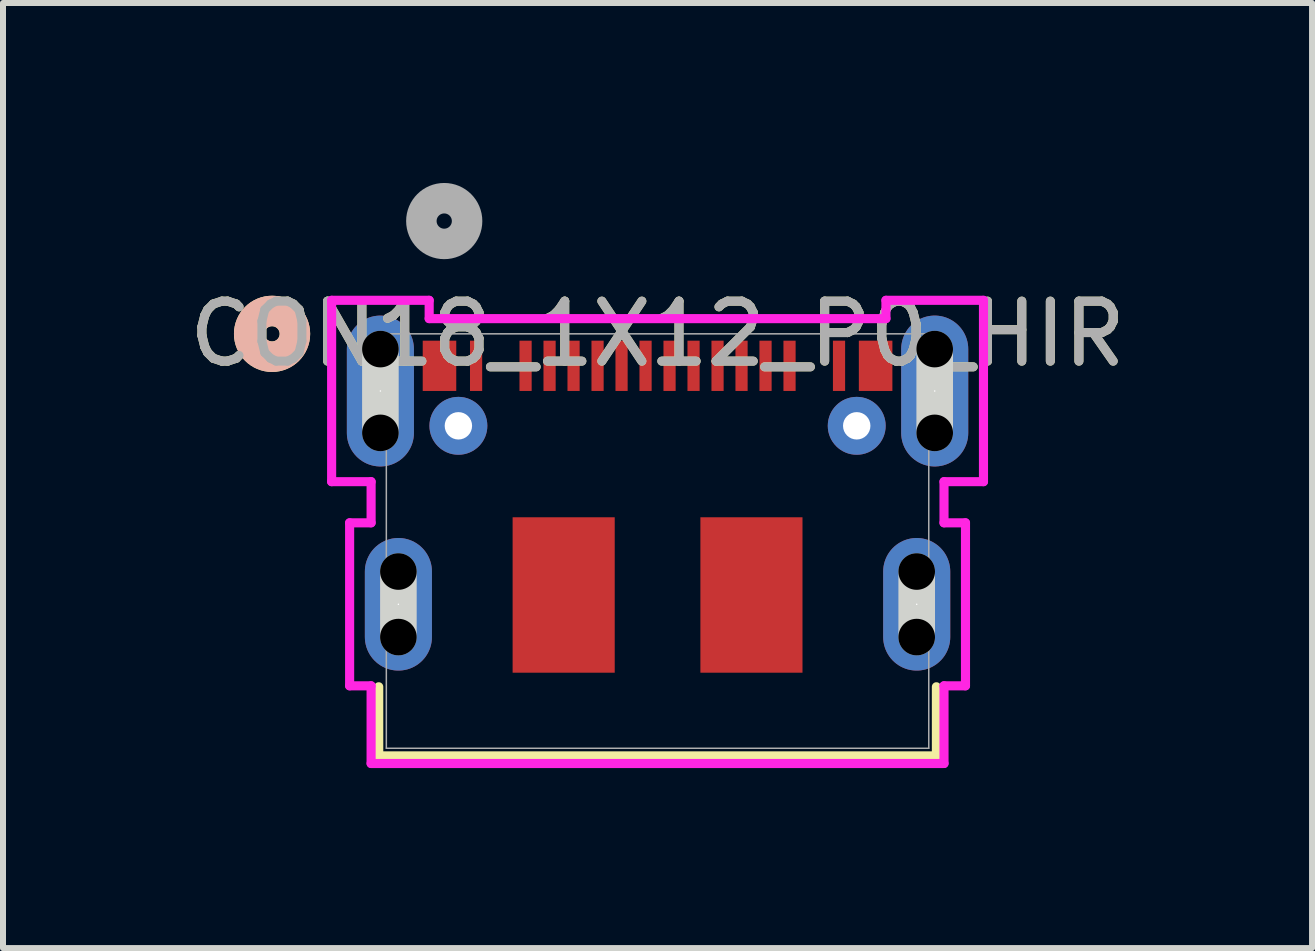
<source format=kicad_pcb>
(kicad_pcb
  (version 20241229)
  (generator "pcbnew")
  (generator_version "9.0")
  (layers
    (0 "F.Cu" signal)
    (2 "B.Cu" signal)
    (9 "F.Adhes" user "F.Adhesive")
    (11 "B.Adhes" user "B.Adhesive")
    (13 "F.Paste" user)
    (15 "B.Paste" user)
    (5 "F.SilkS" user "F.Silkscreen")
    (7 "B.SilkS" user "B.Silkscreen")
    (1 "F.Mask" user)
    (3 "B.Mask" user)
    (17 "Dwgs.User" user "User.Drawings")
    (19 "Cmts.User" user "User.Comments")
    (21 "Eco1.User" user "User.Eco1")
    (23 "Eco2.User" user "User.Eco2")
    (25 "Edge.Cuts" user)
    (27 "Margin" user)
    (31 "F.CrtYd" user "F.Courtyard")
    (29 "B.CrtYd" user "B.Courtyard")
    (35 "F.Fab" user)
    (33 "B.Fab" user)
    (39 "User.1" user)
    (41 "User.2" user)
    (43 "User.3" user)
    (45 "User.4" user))
  (footprint "CON18_1X12_P0_HIR"
    (layer "F.Cu")
    (at 7.911 5.969)
    (property "Reference" "CON18_1X12_P0_HIR" (at 0 -3.454 0) (unlocked yes) (layer "F.SilkS") (effects (font (size 1 1) (thickness 0.15))))
    (attr smd)
    (fp_line (start -4.648 2.429) (end -4.648 3.581) (stroke (width 0.152) (type solid)) (layer "F.SilkS"))
    (fp_line (start -4.648 3.581) (end 4.648 3.581) (stroke (width 0.152) (type solid)) (layer "F.SilkS"))
    (fp_line (start 4.648 3.581) (end 4.648 2.429) (stroke (width 0.152) (type solid)) (layer "F.SilkS"))
    (fp_circle (center -6.426 -3.454) (end -6.045 -3.454) (stroke (width 0.508) (type solid)) (fill no) (layer "F.SilkS"))
    (fp_circle (center -6.426 -3.454) (end -6.045 -3.454) (stroke (width 0.508) (type solid)) (fill no) (layer "B.SilkS"))
    (fp_line (start -4.62 -1.803) (end -4.62 -3.2) (stroke (width 0.61) (type solid)) (layer "Edge.Cuts"))
    (fp_line (start -4.32 1.601) (end -4.32 0.508) (stroke (width 0.61) (type solid)) (layer "Edge.Cuts"))
    (fp_line (start 4.32 1.601) (end 4.32 0.508) (stroke (width 0.61) (type solid)) (layer "Edge.Cuts"))
    (fp_line (start 4.62 -1.803) (end 4.62 -3.2) (stroke (width 0.61) (type solid)) (layer "Edge.Cuts"))
    (fp_line (start -5.433 -4.013) (end -5.433 -0.99) (stroke (width 0.152) (type solid)) (layer "F.CrtYd"))
    (fp_line (start -5.433 -0.99) (end -4.775 -0.99) (stroke (width 0.152) (type solid)) (layer "F.CrtYd"))
    (fp_line (start -5.133 -0.304) (end -5.133 2.413) (stroke (width 0.152) (type solid)) (layer "F.CrtYd"))
    (fp_line (start -5.133 2.413) (end -4.775 2.413) (stroke (width 0.152) (type solid)) (layer "F.CrtYd"))
    (fp_line (start -4.775 -0.99) (end -4.775 -0.304) (stroke (width 0.152) (type solid)) (layer "F.CrtYd"))
    (fp_line (start -4.775 -0.304) (end -5.133 -0.304) (stroke (width 0.152) (type solid)) (layer "F.CrtYd"))
    (fp_line (start -4.775 2.413) (end -4.775 3.708) (stroke (width 0.152) (type solid)) (layer "F.CrtYd"))
    (fp_line (start -4.775 3.708) (end 4.775 3.708) (stroke (width 0.152) (type solid)) (layer "F.CrtYd"))
    (fp_line (start -3.807 -4.013) (end -5.433 -4.013) (stroke (width 0.152) (type solid)) (layer "F.CrtYd"))
    (fp_line (start -3.807 -3.708) (end -3.807 -4.013) (stroke (width 0.152) (type solid)) (layer "F.CrtYd"))
    (fp_line (start 3.807 -4.013) (end 3.807 -3.708) (stroke (width 0.152) (type solid)) (layer "F.CrtYd"))
    (fp_line (start 3.807 -3.708) (end -3.807 -3.708) (stroke (width 0.152) (type solid)) (layer "F.CrtYd"))
    (fp_line (start 4.775 -0.99) (end 5.433 -0.99) (stroke (width 0.152) (type solid)) (layer "F.CrtYd"))
    (fp_line (start 4.775 -0.304) (end 4.775 -0.99) (stroke (width 0.152) (type solid)) (layer "F.CrtYd"))
    (fp_line (start 4.775 2.413) (end 5.133 2.413) (stroke (width 0.152) (type solid)) (layer "F.CrtYd"))
    (fp_line (start 4.775 3.708) (end 4.775 2.413) (stroke (width 0.152) (type solid)) (layer "F.CrtYd"))
    (fp_line (start 5.133 -0.304) (end 4.775 -0.304) (stroke (width 0.152) (type solid)) (layer "F.CrtYd"))
    (fp_line (start 5.133 2.413) (end 5.133 -0.304) (stroke (width 0.152) (type solid)) (layer "F.CrtYd"))
    (fp_line (start 5.433 -4.013) (end 3.807 -4.013) (stroke (width 0.152) (type solid)) (layer "F.CrtYd"))
    (fp_line (start 5.433 -0.99) (end 5.433 -4.013) (stroke (width 0.152) (type solid)) (layer "F.CrtYd"))
    (fp_line (start -4.521 -3.454) (end -4.521 3.454) (stroke (width 0.025) (type solid)) (layer "F.Fab"))
    (fp_line (start -4.521 3.454) (end 4.521 3.454) (stroke (width 0.025) (type solid)) (layer "F.Fab"))
    (fp_line (start 4.521 -3.454) (end -4.521 -3.454) (stroke (width 0.025) (type solid)) (layer "F.Fab"))
    (fp_line (start 4.521 3.454) (end 4.521 -3.454) (stroke (width 0.025) (type solid)) (layer "F.Fab"))
    (fp_circle (center -3.556 -5.334) (end -3.175 -5.334) (stroke (width 0.508) (type solid)) (fill no) (layer "F.Fab"))
    (fp_text user "${REFERENCE}" (at 0 -3.454 0) (unlocked yes) (layer "F.Fab") (effects (font (size 1 1) (thickness 0.15))))
    (pad "" np_thru_hole circle (at -4.62 -3.2) (size 0.61 0.61) (drill 0.61) (layers))
    (pad "" np_thru_hole circle (at -4.62 -1.803) (size 0.61 0.61) (drill 0.61) (layers))
    (pad "" np_thru_hole circle (at -4.32 0.508) (size 0.61 0.61) (drill 0.61) (layers))
    (pad "" np_thru_hole circle (at -4.32 1.601) (size 0.61 0.61) (drill 0.61) (layers))
    (pad "" np_thru_hole circle (at 4.32 0.508) (size 0.61 0.61) (drill 0.61) (layers))
    (pad "" np_thru_hole circle (at 4.32 1.601) (size 0.61 0.61) (drill 0.61) (layers))
    (pad "" np_thru_hole circle (at 4.62 -3.2) (size 0.61 0.61) (drill 0.61) (layers))
    (pad "" np_thru_hole circle (at 4.62 -1.803) (size 0.61 0.61) (drill 0.61) (layers))
    (pad "1" smd rect (at -3.635 -2.921) (size 0.559 0.838) (layers "F.Cu" "F.Mask" "F.Paste"))
    (pad "2" smd rect (at -3.025 -2.921) (size 0.203 0.838) (layers "F.Cu" "F.Mask" "F.Paste"))
    (pad "3" smd rect (at -2.2 -2.921) (size 0.203 0.838) (layers "F.Cu" "F.Mask" "F.Paste"))
    (pad "4" smd rect (at -1.8 -2.921) (size 0.203 0.838) (layers "F.Cu" "F.Mask" "F.Paste"))
    (pad "5" smd rect (at -1.4 -2.921) (size 0.203 0.838) (layers "F.Cu" "F.Mask" "F.Paste"))
    (pad "6" smd rect (at -1 -2.921) (size 0.203 0.838) (layers "F.Cu" "F.Mask" "F.Paste"))
    (pad "7" smd rect (at -0.6 -2.921) (size 0.203 0.838) (layers "F.Cu" "F.Mask" "F.Paste"))
    (pad "8" smd rect (at -0.2 -2.921) (size 0.203 0.838) (layers "F.Cu" "F.Mask" "F.Paste"))
    (pad "9" smd rect (at 0.2 -2.921) (size 0.203 0.838) (layers "F.Cu" "F.Mask" "F.Paste"))
    (pad "10" smd rect (at 0.6 -2.921) (size 0.203 0.838) (layers "F.Cu" "F.Mask" "F.Paste"))
    (pad "11" smd rect (at 1 -2.921) (size 0.203 0.838) (layers "F.Cu" "F.Mask" "F.Paste"))
    (pad "12" smd rect (at 1.4 -2.921) (size 0.203 0.838) (layers "F.Cu" "F.Mask" "F.Paste"))
    (pad "13" smd rect (at 1.8 -2.921) (size 0.203 0.838) (layers "F.Cu" "F.Mask" "F.Paste"))
    (pad "14" smd rect (at 2.2 -2.921) (size 0.203 0.838) (layers "F.Cu" "F.Mask" "F.Paste"))
    (pad "15" smd rect (at 3.025 -2.921) (size 0.203 0.838) (layers "F.Cu" "F.Mask" "F.Paste"))
    (pad "16" smd rect (at 3.635 -2.921) (size 0.559 0.838) (layers "F.Cu" "F.Mask" "F.Paste"))
    (pad "17" thru_hole circle (at -3.32 -1.921) (size 0.965 0.965) (drill 0.457) (layers "*.Cu" "*.Mask"))
    (pad "18" thru_hole circle (at 3.32 -1.921) (size 0.965 0.965) (drill 0.457) (layers "*.Cu" "*.Mask"))
    (pad "19" smd rect (at -1.565 0.899) (size 1.702 2.591) (layers "F.Cu" "F.Mask" "F.Paste"))
    (pad "20" smd rect (at 1.565 0.899) (size 1.702 2.591) (layers "F.Cu" "F.Mask" "F.Paste"))
    (pad "21" thru_hole oval (at -4.62 -2.501 90) (size 2.515 1.118) (drill 0.025) (layers "*.Cu" "*.Mask"))
    (pad "22" thru_hole oval (at 4.62 -2.501 90) (size 2.515 1.118) (drill 0.025) (layers "*.Cu" "*.Mask"))
    (pad "23" thru_hole oval (at -4.32 1.054 90) (size 2.21 1.118) (drill 0.025) (layers "*.Cu" "*.Mask"))
    (pad "24" thru_hole oval (at 4.32 1.054 90) (size 2.21 1.118) (drill 0.025) (layers "*.Cu" "*.Mask")))
  (gr_rect
    (start -3 -3)
    (end 18.821 12.754)
    (stroke (width 0.1) (type default))
    (fill no)
    (layer "Edge.Cuts")))
</source>
